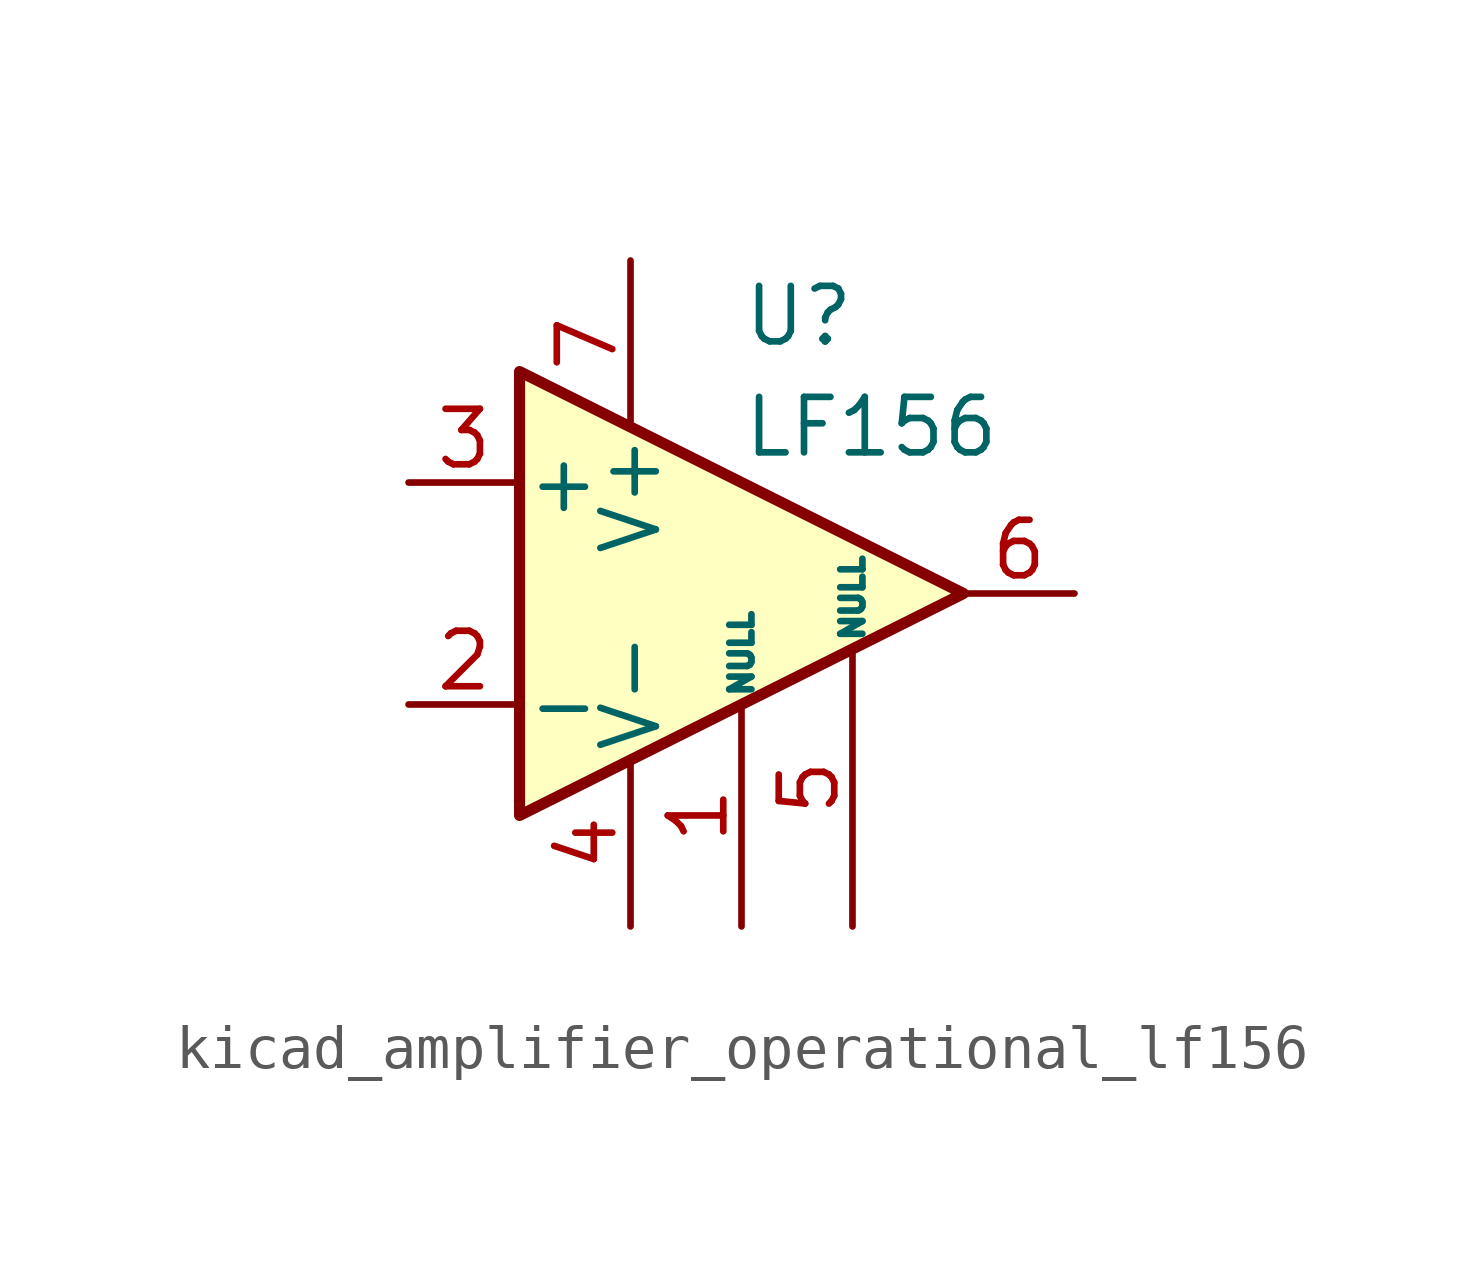
<source format=kicad_sym>
(kicad_symbol_lib
  (version 20220914)
  (generator kicad_symbol_editor)
  (symbol "kicad_amplifier_operational_lf156"
    (pin_names
      (offset 0.127))
    (property "Reference" "U"
      (at 0 6.35 0)
      (effects (font (size 1.27 1.27)) (justify left)))
    (property "Value" "LF156"
      (at 0 3.81 0)
      (effects (font (size 1.27 1.27)) (justify left)))
    (symbol "kicad_amplifier_operational_lf156_0_1"
      (polyline (pts (xy -5.08 5.08) (xy 5.08 0) (xy -5.08 -5.08) (xy -5.08 5.08)) (stroke (width 0.254) (type default)) (fill (type background))))
    (symbol "kicad_amplifier_operational_lf156_1_1"
      (pin input line (at 0 -7.62 90) (length 5.08) (name "NULL" (effects (font (size 0.508 0.508)))) (number "1" (effects (font (size 1.27 1.27)))))
      (pin input line (at -7.62 -2.54 0) (length 2.54) (name "-" (effects (font (size 1.27 1.27)))) (number "2" (effects (font (size 1.27 1.27)))))
      (pin input line (at -7.62 2.54 0) (length 2.54) (name "+" (effects (font (size 1.27 1.27)))) (number "3" (effects (font (size 1.27 1.27)))))
      (pin power_in line (at -2.54 -7.62 90) (length 3.81) (name "V-" (effects (font (size 1.27 1.27)))) (number "4" (effects (font (size 1.27 1.27)))))
      (pin input line (at 2.54 -7.62 90) (length 6.35) (name "NULL" (effects (font (size 0.508 0.508)))) (number "5" (effects (font (size 1.27 1.27)))))
      (pin output line (at 7.62 0 180) (length 2.54) (name "~" (effects (font (size 1.27 1.27)))) (number "6" (effects (font (size 1.27 1.27)))))
      (pin power_in line (at -2.54 7.62 270) (length 3.81) (name "V+" (effects (font (size 1.27 1.27)))) (number "7" (effects (font (size 1.27 1.27)))))
      (pin no_connect line (at 0 2.54 270) (length 2.54) hide (name "NC" (effects (font (size 1.27 1.27)))) (number "8" (effects (font (size 1.27 1.27))))))))
</source>
